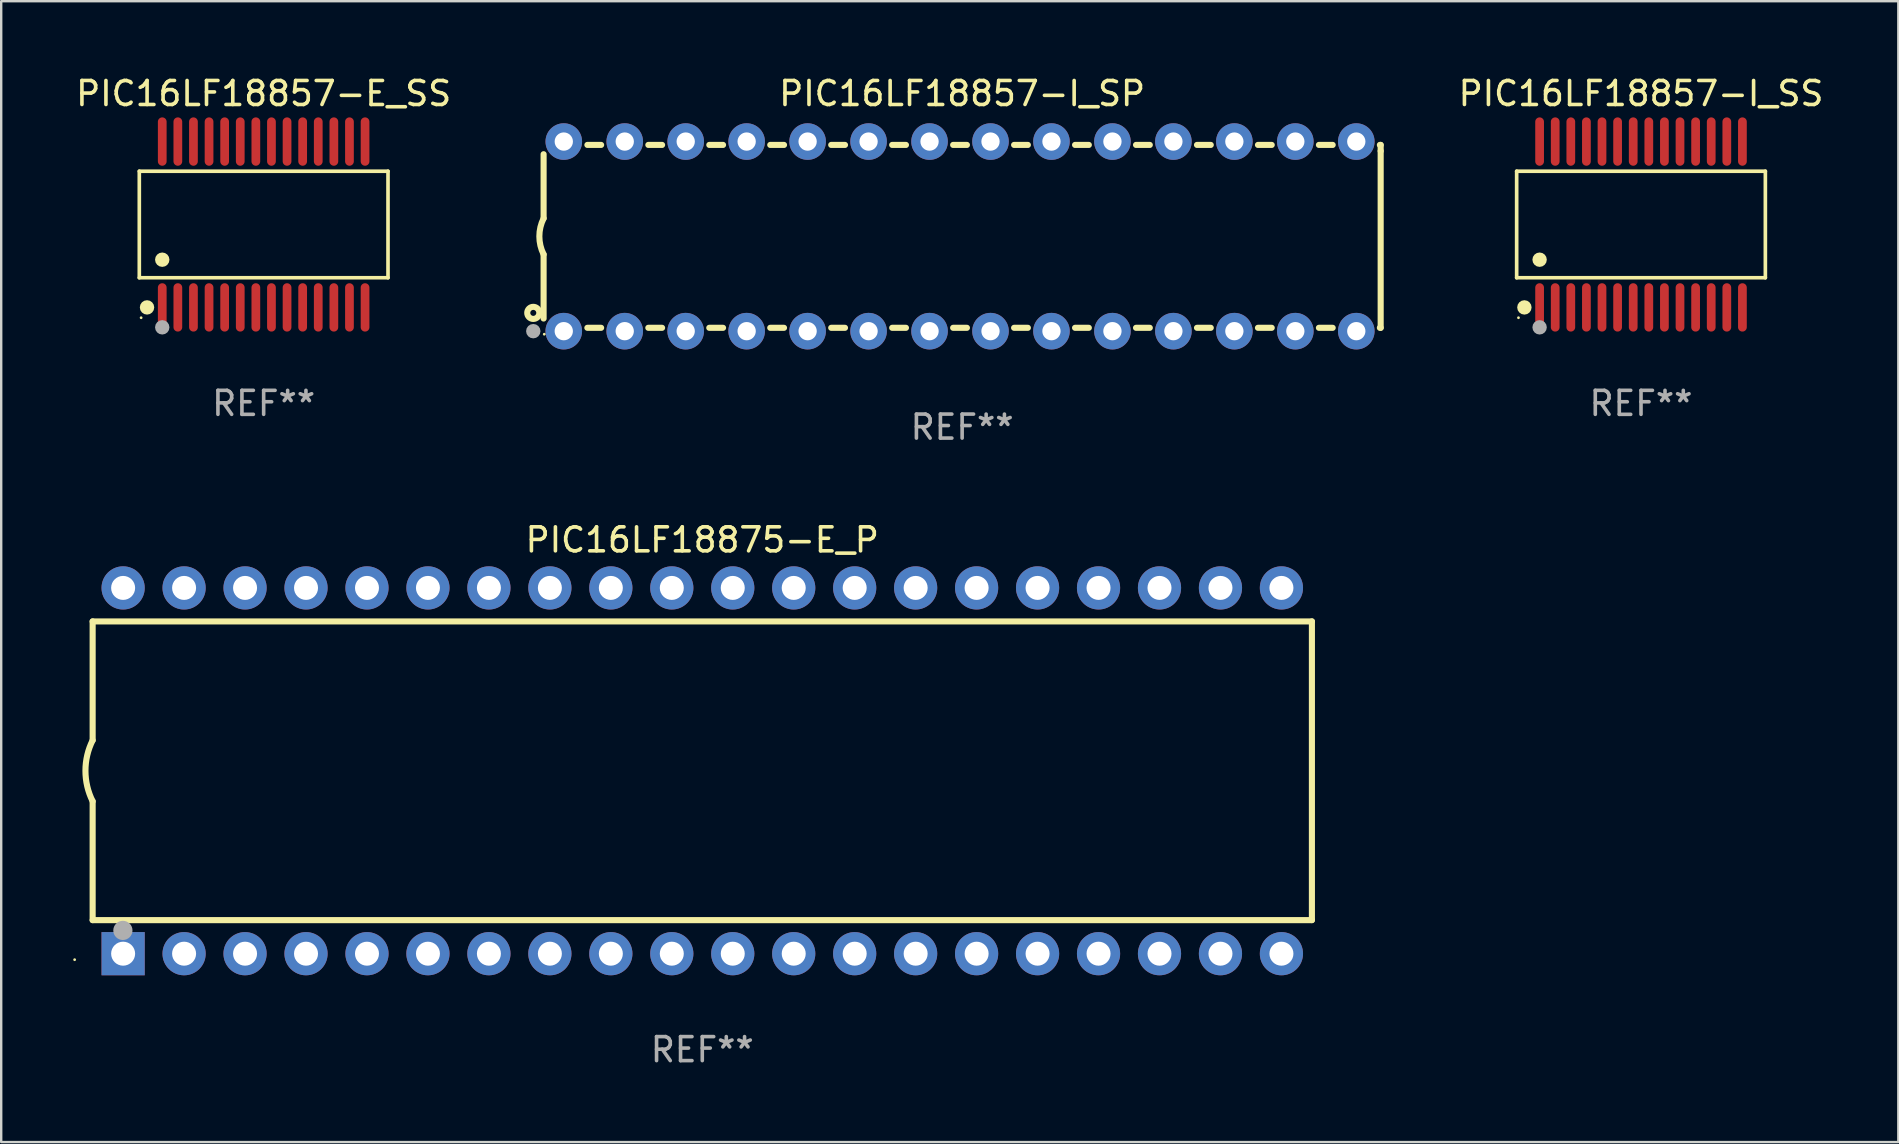
<source format=kicad_pcb>
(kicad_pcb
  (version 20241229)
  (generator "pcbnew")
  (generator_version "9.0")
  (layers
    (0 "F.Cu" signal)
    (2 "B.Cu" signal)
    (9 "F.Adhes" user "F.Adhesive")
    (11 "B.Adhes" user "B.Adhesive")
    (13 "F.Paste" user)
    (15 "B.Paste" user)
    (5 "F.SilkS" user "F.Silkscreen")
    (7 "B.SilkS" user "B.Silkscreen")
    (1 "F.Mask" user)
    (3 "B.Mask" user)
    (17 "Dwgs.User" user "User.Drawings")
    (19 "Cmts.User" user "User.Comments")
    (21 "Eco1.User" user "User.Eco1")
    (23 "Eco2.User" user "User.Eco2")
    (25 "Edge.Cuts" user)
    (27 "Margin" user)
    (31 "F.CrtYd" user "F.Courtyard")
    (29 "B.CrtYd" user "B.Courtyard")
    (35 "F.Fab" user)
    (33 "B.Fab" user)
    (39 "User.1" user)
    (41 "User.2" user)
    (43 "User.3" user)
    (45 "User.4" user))
  (footprint "PIC16LF18857-I_SP"
    (layer "F.Cu")
    (at 37.037 6.798)
    (property "Reference" "PIC16LF18857-I_SP" (at 0 -5.95 0) (layer "F.SilkS") (effects (font (size 1 1) (thickness 0.15))))
    (attr through_hole)
    (fp_line (start -17.438 0.75) (end -17.438 3.423) (stroke (width 0.254) (type solid)) (layer "F.SilkS"))
    (fp_line (start -17.438 -3.423) (end -17.438 -0.75) (stroke (width 0.254) (type solid)) (layer "F.SilkS"))
    (fp_line (start -15.615 3.81) (end -15.041 3.81) (stroke (width 0.254) (type solid)) (layer "F.SilkS"))
    (fp_line (start -15.041 -3.81) (end -15.614 -3.81) (stroke (width 0.254) (type solid)) (layer "F.SilkS"))
    (fp_line (start -13.075 3.81) (end -12.501 3.81) (stroke (width 0.254) (type solid)) (layer "F.SilkS"))
    (fp_line (start -12.501 -3.81) (end -13.074 -3.81) (stroke (width 0.254) (type solid)) (layer "F.SilkS"))
    (fp_line (start -10.535 3.81) (end -9.961 3.81) (stroke (width 0.254) (type solid)) (layer "F.SilkS"))
    (fp_line (start -9.961 -3.81) (end -10.534 -3.81) (stroke (width 0.254) (type solid)) (layer "F.SilkS"))
    (fp_line (start -7.995 3.81) (end -7.421 3.81) (stroke (width 0.254) (type solid)) (layer "F.SilkS"))
    (fp_line (start -7.421 -3.81) (end -7.995 -3.81) (stroke (width 0.254) (type solid)) (layer "F.SilkS"))
    (fp_line (start -5.455 3.81) (end -4.881 3.81) (stroke (width 0.254) (type solid)) (layer "F.SilkS"))
    (fp_line (start -4.881 -3.81) (end -5.455 -3.81) (stroke (width 0.254) (type solid)) (layer "F.SilkS"))
    (fp_line (start -2.915 3.81) (end -2.341 3.81) (stroke (width 0.254) (type solid)) (layer "F.SilkS"))
    (fp_line (start -2.341 -3.81) (end -2.915 -3.81) (stroke (width 0.254) (type solid)) (layer "F.SilkS"))
    (fp_line (start -0.375 3.81) (end 0.199 3.81) (stroke (width 0.254) (type solid)) (layer "F.SilkS"))
    (fp_line (start 0.199 -3.81) (end -0.375 -3.81) (stroke (width 0.254) (type solid)) (layer "F.SilkS"))
    (fp_line (start 2.165 3.81) (end 2.739 3.81) (stroke (width 0.254) (type solid)) (layer "F.SilkS"))
    (fp_line (start 2.739 -3.81) (end 2.165 -3.81) (stroke (width 0.254) (type solid)) (layer "F.SilkS"))
    (fp_line (start 4.705 3.81) (end 5.279 3.81) (stroke (width 0.254) (type solid)) (layer "F.SilkS"))
    (fp_line (start 5.279 -3.81) (end 4.705 -3.81) (stroke (width 0.254) (type solid)) (layer "F.SilkS"))
    (fp_line (start 7.245 3.81) (end 7.819 3.81) (stroke (width 0.254) (type solid)) (layer "F.SilkS"))
    (fp_line (start 7.819 -3.81) (end 7.245 -3.81) (stroke (width 0.254) (type solid)) (layer "F.SilkS"))
    (fp_line (start 9.785 3.81) (end 10.359 3.81) (stroke (width 0.254) (type solid)) (layer "F.SilkS"))
    (fp_line (start 10.359 -3.81) (end 9.785 -3.81) (stroke (width 0.254) (type solid)) (layer "F.SilkS"))
    (fp_line (start 12.325 3.81) (end 12.899 3.81) (stroke (width 0.254) (type solid)) (layer "F.SilkS"))
    (fp_line (start 12.899 -3.81) (end 12.325 -3.81) (stroke (width 0.254) (type solid)) (layer "F.SilkS"))
    (fp_line (start 14.865 3.81) (end 15.439 3.81) (stroke (width 0.254) (type solid)) (layer "F.SilkS"))
    (fp_line (start 15.439 -3.81) (end 14.865 -3.81) (stroke (width 0.254) (type solid)) (layer "F.SilkS"))
    (fp_line (start 17.405 3.81) (end 17.438 3.81) (stroke (width 0.254) (type solid)) (layer "F.SilkS"))
    (fp_line (start 17.438 -3.81) (end 17.405 -3.81) (stroke (width 0.254) (type solid)) (layer "F.SilkS"))
    (fp_line (start 17.438 -3.556) (end 17.438 -3.81) (stroke (width 0.254) (type solid)) (layer "F.SilkS"))
    (fp_line (start 17.438 3.81) (end 17.438 -3.556) (stroke (width 0.254) (type solid)) (layer "F.SilkS"))
    (fp_arc (start -17.437986 0.749657) (mid -17.614887 -0.000024) (end -17.437783 -0.749657) (stroke (width 0.254001) (type solid)) (layer "F.SilkS"))
    (fp_circle (center -17.868 3.188) (end -17.743 3.188) (stroke (width 0.254) (type solid)) (fill no) (layer "F.SilkS"))
    (fp_circle (center -17.411 4.077) (end -17.381 4.077) (stroke (width 0.06) (type solid)) (fill no) (layer "F.SilkS"))
    (fp_circle (center -17.868 3.95) (end -17.718 3.95) (stroke (width 0.3) (type solid)) (fill no) (layer "F.Fab"))
    (fp_text user "REF**" (at 0 7.95 0) (layer "F.Fab") (effects (font (size 1 1) (thickness 0.15))))
    (pad "1" thru_hole circle (at -16.598 3.95) (size 1.524 1.524) (drill 0.762) (layers "*.Cu" "*.Mask"))
    (pad "2" thru_hole circle (at -14.058 3.95) (size 1.524 1.524) (drill 0.762) (layers "*.Cu" "*.Mask"))
    (pad "3" thru_hole circle (at -11.518 3.95) (size 1.524 1.524) (drill 0.762) (layers "*.Cu" "*.Mask"))
    (pad "4" thru_hole circle (at -8.978 3.95) (size 1.524 1.524) (drill 0.762) (layers "*.Cu" "*.Mask"))
    (pad "5" thru_hole circle (at -6.438 3.95) (size 1.524 1.524) (drill 0.762) (layers "*.Cu" "*.Mask"))
    (pad "6" thru_hole circle (at -3.898 3.95) (size 1.524 1.524) (drill 0.762) (layers "*.Cu" "*.Mask"))
    (pad "7" thru_hole circle (at -1.358 3.95) (size 1.524 1.524) (drill 0.762) (layers "*.Cu" "*.Mask"))
    (pad "8" thru_hole circle (at 1.182 3.95) (size 1.524 1.524) (drill 0.762) (layers "*.Cu" "*.Mask"))
    (pad "9" thru_hole circle (at 3.722 3.95) (size 1.524 1.524) (drill 0.762) (layers "*.Cu" "*.Mask"))
    (pad "10" thru_hole circle (at 6.262 3.95) (size 1.524 1.524) (drill 0.762) (layers "*.Cu" "*.Mask"))
    (pad "11" thru_hole circle (at 8.802 3.95) (size 1.524 1.524) (drill 0.762) (layers "*.Cu" "*.Mask"))
    (pad "12" thru_hole circle (at 11.342 3.95) (size 1.524 1.524) (drill 0.762) (layers "*.Cu" "*.Mask"))
    (pad "13" thru_hole circle (at 13.882 3.95) (size 1.524 1.524) (drill 0.762) (layers "*.Cu" "*.Mask"))
    (pad "14" thru_hole circle (at 16.422 3.95) (size 1.524 1.524) (drill 0.762) (layers "*.Cu" "*.Mask"))
    (pad "15" thru_hole circle (at 16.422 -3.95) (size 1.524 1.524) (drill 0.762) (layers "*.Cu" "*.Mask"))
    (pad "16" thru_hole circle (at 13.882 -3.95) (size 1.524 1.524) (drill 0.762) (layers "*.Cu" "*.Mask"))
    (pad "17" thru_hole circle (at 11.342 -3.95) (size 1.524 1.524) (drill 0.762) (layers "*.Cu" "*.Mask"))
    (pad "18" thru_hole circle (at 8.802 -3.95) (size 1.524 1.524) (drill 0.762) (layers "*.Cu" "*.Mask"))
    (pad "19" thru_hole circle (at 6.262 -3.95) (size 1.524 1.524) (drill 0.762) (layers "*.Cu" "*.Mask"))
    (pad "20" thru_hole circle (at 3.722 -3.95) (size 1.524 1.524) (drill 0.762) (layers "*.Cu" "*.Mask"))
    (pad "21" thru_hole circle (at 1.182 -3.95) (size 1.524 1.524) (drill 0.762) (layers "*.Cu" "*.Mask"))
    (pad "22" thru_hole circle (at -1.358 -3.95) (size 1.524 1.524) (drill 0.762) (layers "*.Cu" "*.Mask"))
    (pad "23" thru_hole circle (at -3.898 -3.95) (size 1.524 1.524) (drill 0.762) (layers "*.Cu" "*.Mask"))
    (pad "24" thru_hole circle (at -6.438 -3.95) (size 1.524 1.524) (drill 0.762) (layers "*.Cu" "*.Mask"))
    (pad "25" thru_hole circle (at -8.978 -3.95) (size 1.524 1.524) (drill 0.762) (layers "*.Cu" "*.Mask"))
    (pad "26" thru_hole circle (at -11.517 -3.95) (size 1.524 1.524) (drill 0.762) (layers "*.Cu" "*.Mask"))
    (pad "27" thru_hole circle (at -14.057 -3.95) (size 1.524 1.524) (drill 0.762) (layers "*.Cu" "*.Mask"))
    (pad "28" thru_hole circle (at -16.597 -3.95) (size 1.524 1.524) (drill 0.762) (layers "*.Cu" "*.Mask")))
  (footprint "PIC16LF18875-E_P"
    (layer "F.Cu")
    (at 26.21 29.065)
    (property "Reference" "PIC16LF18875-E_P" (at 0 -9.62 0) (layer "F.SilkS") (effects (font (size 1 1) (thickness 0.15))))
    (attr through_hole)
    (fp_line (start -25.4 -6.224) (end -25.4 -1.271) (stroke (width 0.254) (type solid)) (layer "F.SilkS"))
    (fp_line (start -25.4 -6.224) (end 25.4 -6.224) (stroke (width 0.254) (type solid)) (layer "F.SilkS"))
    (fp_line (start -25.4 1.269) (end -25.4 6.222) (stroke (width 0.254) (type solid)) (layer "F.SilkS"))
    (fp_line (start -25.4 6.222) (end 25.4 6.222) (stroke (width 0.254) (type solid)) (layer "F.SilkS"))
    (fp_line (start 25.4 6.222) (end 25.4 -6.224) (stroke (width 0.254) (type solid)) (layer "F.SilkS"))
    (fp_arc (start -25.4 1.269241) (mid -25.699807 -0.000762) (end -25.4 -1.270765) (stroke (width 0.254001) (type solid)) (layer "F.SilkS"))
    (fp_circle (center -26.15 7.87) (end -26.12 7.87) (stroke (width 0.06) (type solid)) (fill no) (layer "F.SilkS"))
    (fp_circle (center -24.14 6.65) (end -23.94 6.65) (stroke (width 0.4) (type solid)) (fill no) (layer "F.Fab"))
    (fp_text user "REF**" (at 0 11.62 0) (layer "F.Fab") (effects (font (size 1 1) (thickness 0.15))))
    (pad "1" thru_hole rect (at -24.13 7.62 90) (size 1.8 1.8) (drill 1) (layers "*.Cu" "*.Mask"))
    (pad "2" thru_hole circle (at -21.59 7.62) (size 1.8 1.8) (drill 1) (layers "*.Cu" "*.Mask"))
    (pad "3" thru_hole circle (at -19.05 7.62) (size 1.8 1.8) (drill 1) (layers "*.Cu" "*.Mask"))
    (pad "4" thru_hole circle (at -16.51 7.62) (size 1.8 1.8) (drill 1) (layers "*.Cu" "*.Mask"))
    (pad "5" thru_hole circle (at -13.97 7.62) (size 1.8 1.8) (drill 1) (layers "*.Cu" "*.Mask"))
    (pad "6" thru_hole circle (at -11.43 7.62) (size 1.8 1.8) (drill 1) (layers "*.Cu" "*.Mask"))
    (pad "7" thru_hole circle (at -8.89 7.62) (size 1.8 1.8) (drill 1) (layers "*.Cu" "*.Mask"))
    (pad "8" thru_hole circle (at -6.35 7.62) (size 1.8 1.8) (drill 1) (layers "*.Cu" "*.Mask"))
    (pad "9" thru_hole circle (at -3.81 7.62) (size 1.8 1.8) (drill 1) (layers "*.Cu" "*.Mask"))
    (pad "10" thru_hole circle (at -1.27 7.62) (size 1.8 1.8) (drill 1) (layers "*.Cu" "*.Mask"))
    (pad "11" thru_hole circle (at 1.27 7.62) (size 1.8 1.8) (drill 1) (layers "*.Cu" "*.Mask"))
    (pad "12" thru_hole circle (at 3.81 7.62) (size 1.8 1.8) (drill 1) (layers "*.Cu" "*.Mask"))
    (pad "13" thru_hole circle (at 6.35 7.62) (size 1.8 1.8) (drill 1) (layers "*.Cu" "*.Mask"))
    (pad "14" thru_hole circle (at 8.89 7.62) (size 1.8 1.8) (drill 1) (layers "*.Cu" "*.Mask"))
    (pad "15" thru_hole circle (at 11.43 7.62) (size 1.8 1.8) (drill 1) (layers "*.Cu" "*.Mask"))
    (pad "16" thru_hole circle (at 13.97 7.62) (size 1.8 1.8) (drill 1) (layers "*.Cu" "*.Mask"))
    (pad "17" thru_hole circle (at 16.51 7.62) (size 1.8 1.8) (drill 1) (layers "*.Cu" "*.Mask"))
    (pad "18" thru_hole circle (at 19.05 7.62) (size 1.8 1.8) (drill 1) (layers "*.Cu" "*.Mask"))
    (pad "19" thru_hole circle (at 21.59 7.62) (size 1.8 1.8) (drill 1) (layers "*.Cu" "*.Mask"))
    (pad "20" thru_hole circle (at 24.13 7.62) (size 1.8 1.8) (drill 1) (layers "*.Cu" "*.Mask"))
    (pad "21" thru_hole circle (at 24.13 -7.62) (size 1.8 1.8) (drill 1) (layers "*.Cu" "*.Mask"))
    (pad "22" thru_hole circle (at 21.59 -7.62) (size 1.8 1.8) (drill 1) (layers "*.Cu" "*.Mask"))
    (pad "23" thru_hole circle (at 19.05 -7.62) (size 1.8 1.8) (drill 1) (layers "*.Cu" "*.Mask"))
    (pad "24" thru_hole circle (at 16.51 -7.62) (size 1.8 1.8) (drill 1) (layers "*.Cu" "*.Mask"))
    (pad "25" thru_hole circle (at 13.97 -7.62) (size 1.8 1.8) (drill 1) (layers "*.Cu" "*.Mask"))
    (pad "26" thru_hole circle (at 11.43 -7.62) (size 1.8 1.8) (drill 1) (layers "*.Cu" "*.Mask"))
    (pad "27" thru_hole circle (at 8.89 -7.62) (size 1.8 1.8) (drill 1) (layers "*.Cu" "*.Mask"))
    (pad "28" thru_hole circle (at 6.35 -7.62) (size 1.8 1.8) (drill 1) (layers "*.Cu" "*.Mask"))
    (pad "29" thru_hole circle (at 3.81 -7.62) (size 1.8 1.8) (drill 1) (layers "*.Cu" "*.Mask"))
    (pad "30" thru_hole circle (at 1.27 -7.62) (size 1.8 1.8) (drill 1) (layers "*.Cu" "*.Mask"))
    (pad "31" thru_hole circle (at -1.27 -7.62) (size 1.8 1.8) (drill 1) (layers "*.Cu" "*.Mask"))
    (pad "32" thru_hole circle (at -3.81 -7.62) (size 1.8 1.8) (drill 1) (layers "*.Cu" "*.Mask"))
    (pad "33" thru_hole circle (at -6.35 -7.62) (size 1.8 1.8) (drill 1) (layers "*.Cu" "*.Mask"))
    (pad "34" thru_hole circle (at -8.89 -7.62) (size 1.8 1.8) (drill 1) (layers "*.Cu" "*.Mask"))
    (pad "35" thru_hole circle (at -11.43 -7.62) (size 1.8 1.8) (drill 1) (layers "*.Cu" "*.Mask"))
    (pad "36" thru_hole circle (at -13.97 -7.62) (size 1.8 1.8) (drill 1) (layers "*.Cu" "*.Mask"))
    (pad "37" thru_hole circle (at -16.51 -7.62) (size 1.8 1.8) (drill 1) (layers "*.Cu" "*.Mask"))
    (pad "38" thru_hole circle (at -19.05 -7.62) (size 1.8 1.8) (drill 1) (layers "*.Cu" "*.Mask"))
    (pad "39" thru_hole circle (at -21.59 -7.62) (size 1.8 1.8) (drill 1) (layers "*.Cu" "*.Mask"))
    (pad "40" thru_hole circle (at -24.13 -7.62) (size 1.8 1.8) (drill 1) (layers "*.Cu" "*.Mask")))
  (footprint "PIC16LF18857-E_SS"
    (layer "F.Cu")
    (at 7.935 6.303)
    (property "Reference" "PIC16LF18857-E_SS" (at 0 -5.455 0) (layer "F.SilkS") (effects (font (size 1 1) (thickness 0.15))))
    (attr through_hole)
    (fp_line (start -5.181 -2.219) (end 5.181 -2.219) (stroke (width 0.152) (type solid)) (layer "F.SilkS"))
    (fp_line (start -5.181 2.219) (end -5.181 -2.219) (stroke (width 0.152) (type solid)) (layer "F.SilkS"))
    (fp_line (start 5.181 -2.219) (end 5.181 2.219) (stroke (width 0.152) (type solid)) (layer "F.SilkS"))
    (fp_line (start 5.181 2.219) (end -5.181 2.219) (stroke (width 0.152) (type solid)) (layer "F.SilkS"))
    (fp_circle (center -5.105 3.885) (end -5.075 3.885) (stroke (width 0.06) (type solid)) (fill no) (layer "F.SilkS"))
    (fp_circle (center -4.859 3.455) (end -4.709 3.455) (stroke (width 0.3) (type solid)) (fill no) (layer "F.SilkS"))
    (fp_circle (center -4.225 1.467) (end -4.075 1.467) (stroke (width 0.3) (type solid)) (fill no) (layer "F.SilkS"))
    (fp_circle (center -4.225 4.285) (end -4.075 4.285) (stroke (width 0.3) (type solid)) (fill no) (layer "F.Fab"))
    (fp_text user "REF**" (at 0 7.455 0) (layer "F.Fab") (effects (font (size 1 1) (thickness 0.15))))
    (pad "1" smd oval (at -4.225 3.455) (size 0.364 2.015) (layers "F.Cu" "F.Mask" "F.Paste"))
    (pad "2" smd oval (at -3.575 3.455) (size 0.364 2.015) (layers "F.Cu" "F.Mask" "F.Paste"))
    (pad "3" smd oval (at -2.925 3.455) (size 0.364 2.015) (layers "F.Cu" "F.Mask" "F.Paste"))
    (pad "4" smd oval (at -2.275 3.455) (size 0.364 2.015) (layers "F.Cu" "F.Mask" "F.Paste"))
    (pad "5" smd oval (at -1.625 3.455) (size 0.364 2.015) (layers "F.Cu" "F.Mask" "F.Paste"))
    (pad "6" smd oval (at -0.975 3.455) (size 0.364 2.015) (layers "F.Cu" "F.Mask" "F.Paste"))
    (pad "7" smd oval (at -0.325 3.455) (size 0.364 2.015) (layers "F.Cu" "F.Mask" "F.Paste"))
    (pad "8" smd oval (at 0.325 3.455) (size 0.364 2.015) (layers "F.Cu" "F.Mask" "F.Paste"))
    (pad "9" smd oval (at 0.975 3.455) (size 0.364 2.015) (layers "F.Cu" "F.Mask" "F.Paste"))
    (pad "10" smd oval (at 1.625 3.455) (size 0.364 2.015) (layers "F.Cu" "F.Mask" "F.Paste"))
    (pad "11" smd oval (at 2.275 3.455) (size 0.364 2.015) (layers "F.Cu" "F.Mask" "F.Paste"))
    (pad "12" smd oval (at 2.925 3.455) (size 0.364 2.015) (layers "F.Cu" "F.Mask" "F.Paste"))
    (pad "13" smd oval (at 3.575 3.455) (size 0.364 2.015) (layers "F.Cu" "F.Mask" "F.Paste"))
    (pad "14" smd oval (at 4.225 3.455) (size 0.364 2.015) (layers "F.Cu" "F.Mask" "F.Paste"))
    (pad "15" smd oval (at 4.225 -3.455) (size 0.364 2.015) (layers "F.Cu" "F.Mask" "F.Paste"))
    (pad "16" smd oval (at 3.575 -3.455) (size 0.364 2.015) (layers "F.Cu" "F.Mask" "F.Paste"))
    (pad "17" smd oval (at 2.925 -3.455) (size 0.364 2.015) (layers "F.Cu" "F.Mask" "F.Paste"))
    (pad "18" smd oval (at 2.275 -3.455) (size 0.364 2.015) (layers "F.Cu" "F.Mask" "F.Paste"))
    (pad "19" smd oval (at 1.625 -3.455) (size 0.364 2.015) (layers "F.Cu" "F.Mask" "F.Paste"))
    (pad "20" smd oval (at 0.975 -3.455) (size 0.364 2.015) (layers "F.Cu" "F.Mask" "F.Paste"))
    (pad "21" smd oval (at 0.325 -3.455) (size 0.364 2.015) (layers "F.Cu" "F.Mask" "F.Paste"))
    (pad "22" smd oval (at -0.325 -3.455) (size 0.364 2.015) (layers "F.Cu" "F.Mask" "F.Paste"))
    (pad "23" smd oval (at -0.975 -3.455) (size 0.364 2.015) (layers "F.Cu" "F.Mask" "F.Paste"))
    (pad "24" smd oval (at -1.625 -3.455) (size 0.364 2.015) (layers "F.Cu" "F.Mask" "F.Paste"))
    (pad "25" smd oval (at -2.275 -3.455) (size 0.364 2.015) (layers "F.Cu" "F.Mask" "F.Paste"))
    (pad "26" smd oval (at -2.925 -3.455) (size 0.364 2.015) (layers "F.Cu" "F.Mask" "F.Paste"))
    (pad "27" smd oval (at -3.575 -3.455) (size 0.364 2.015) (layers "F.Cu" "F.Mask" "F.Paste"))
    (pad "28" smd oval (at -4.225 -3.455) (size 0.364 2.015) (layers "F.Cu" "F.Mask" "F.Paste")))
  (footprint "PIC16LF18857-I_SS"
    (layer "F.Cu")
    (at 65.322 6.303)
    (property "Reference" "PIC16LF18857-I_SS" (at 0 -5.455 0) (layer "F.SilkS") (effects (font (size 1 1) (thickness 0.15))))
    (attr through_hole)
    (fp_line (start -5.181 -2.219) (end 5.181 -2.219) (stroke (width 0.152) (type solid)) (layer "F.SilkS"))
    (fp_line (start -5.181 2.219) (end -5.181 -2.219) (stroke (width 0.152) (type solid)) (layer "F.SilkS"))
    (fp_line (start 5.181 -2.219) (end 5.181 2.219) (stroke (width 0.152) (type solid)) (layer "F.SilkS"))
    (fp_line (start 5.181 2.219) (end -5.181 2.219) (stroke (width 0.152) (type solid)) (layer "F.SilkS"))
    (fp_circle (center -5.105 3.885) (end -5.075 3.885) (stroke (width 0.06) (type solid)) (fill no) (layer "F.SilkS"))
    (fp_circle (center -4.859 3.455) (end -4.709 3.455) (stroke (width 0.3) (type solid)) (fill no) (layer "F.SilkS"))
    (fp_circle (center -4.225 1.467) (end -4.075 1.467) (stroke (width 0.3) (type solid)) (fill no) (layer "F.SilkS"))
    (fp_circle (center -4.225 4.285) (end -4.075 4.285) (stroke (width 0.3) (type solid)) (fill no) (layer "F.Fab"))
    (fp_text user "REF**" (at 0 7.455 0) (layer "F.Fab") (effects (font (size 1 1) (thickness 0.15))))
    (pad "1" smd oval (at -4.225 3.455) (size 0.364 2.015) (layers "F.Cu" "F.Mask" "F.Paste"))
    (pad "2" smd oval (at -3.575 3.455) (size 0.364 2.015) (layers "F.Cu" "F.Mask" "F.Paste"))
    (pad "3" smd oval (at -2.925 3.455) (size 0.364 2.015) (layers "F.Cu" "F.Mask" "F.Paste"))
    (pad "4" smd oval (at -2.275 3.455) (size 0.364 2.015) (layers "F.Cu" "F.Mask" "F.Paste"))
    (pad "5" smd oval (at -1.625 3.455) (size 0.364 2.015) (layers "F.Cu" "F.Mask" "F.Paste"))
    (pad "6" smd oval (at -0.975 3.455) (size 0.364 2.015) (layers "F.Cu" "F.Mask" "F.Paste"))
    (pad "7" smd oval (at -0.325 3.455) (size 0.364 2.015) (layers "F.Cu" "F.Mask" "F.Paste"))
    (pad "8" smd oval (at 0.325 3.455) (size 0.364 2.015) (layers "F.Cu" "F.Mask" "F.Paste"))
    (pad "9" smd oval (at 0.975 3.455) (size 0.364 2.015) (layers "F.Cu" "F.Mask" "F.Paste"))
    (pad "10" smd oval (at 1.625 3.455) (size 0.364 2.015) (layers "F.Cu" "F.Mask" "F.Paste"))
    (pad "11" smd oval (at 2.275 3.455) (size 0.364 2.015) (layers "F.Cu" "F.Mask" "F.Paste"))
    (pad "12" smd oval (at 2.925 3.455) (size 0.364 2.015) (layers "F.Cu" "F.Mask" "F.Paste"))
    (pad "13" smd oval (at 3.575 3.455) (size 0.364 2.015) (layers "F.Cu" "F.Mask" "F.Paste"))
    (pad "14" smd oval (at 4.225 3.455) (size 0.364 2.015) (layers "F.Cu" "F.Mask" "F.Paste"))
    (pad "15" smd oval (at 4.225 -3.455) (size 0.364 2.015) (layers "F.Cu" "F.Mask" "F.Paste"))
    (pad "16" smd oval (at 3.575 -3.455) (size 0.364 2.015) (layers "F.Cu" "F.Mask" "F.Paste"))
    (pad "17" smd oval (at 2.925 -3.455) (size 0.364 2.015) (layers "F.Cu" "F.Mask" "F.Paste"))
    (pad "18" smd oval (at 2.275 -3.455) (size 0.364 2.015) (layers "F.Cu" "F.Mask" "F.Paste"))
    (pad "19" smd oval (at 1.625 -3.455) (size 0.364 2.015) (layers "F.Cu" "F.Mask" "F.Paste"))
    (pad "20" smd oval (at 0.975 -3.455) (size 0.364 2.015) (layers "F.Cu" "F.Mask" "F.Paste"))
    (pad "21" smd oval (at 0.325 -3.455) (size 0.364 2.015) (layers "F.Cu" "F.Mask" "F.Paste"))
    (pad "22" smd oval (at -0.325 -3.455) (size 0.364 2.015) (layers "F.Cu" "F.Mask" "F.Paste"))
    (pad "23" smd oval (at -0.975 -3.455) (size 0.364 2.015) (layers "F.Cu" "F.Mask" "F.Paste"))
    (pad "24" smd oval (at -1.625 -3.455) (size 0.364 2.015) (layers "F.Cu" "F.Mask" "F.Paste"))
    (pad "25" smd oval (at -2.275 -3.455) (size 0.364 2.015) (layers "F.Cu" "F.Mask" "F.Paste"))
    (pad "26" smd oval (at -2.925 -3.455) (size 0.364 2.015) (layers "F.Cu" "F.Mask" "F.Paste"))
    (pad "27" smd oval (at -3.575 -3.455) (size 0.364 2.015) (layers "F.Cu" "F.Mask" "F.Paste"))
    (pad "28" smd oval (at -4.225 -3.455) (size 0.364 2.015) (layers "F.Cu" "F.Mask" "F.Paste")))
  (gr_rect
    (start -3 -3)
    (end 76.043 44.533)
    (stroke (width 0.1) (type default))
    (fill no)
    (layer "Edge.Cuts")))
</source>
